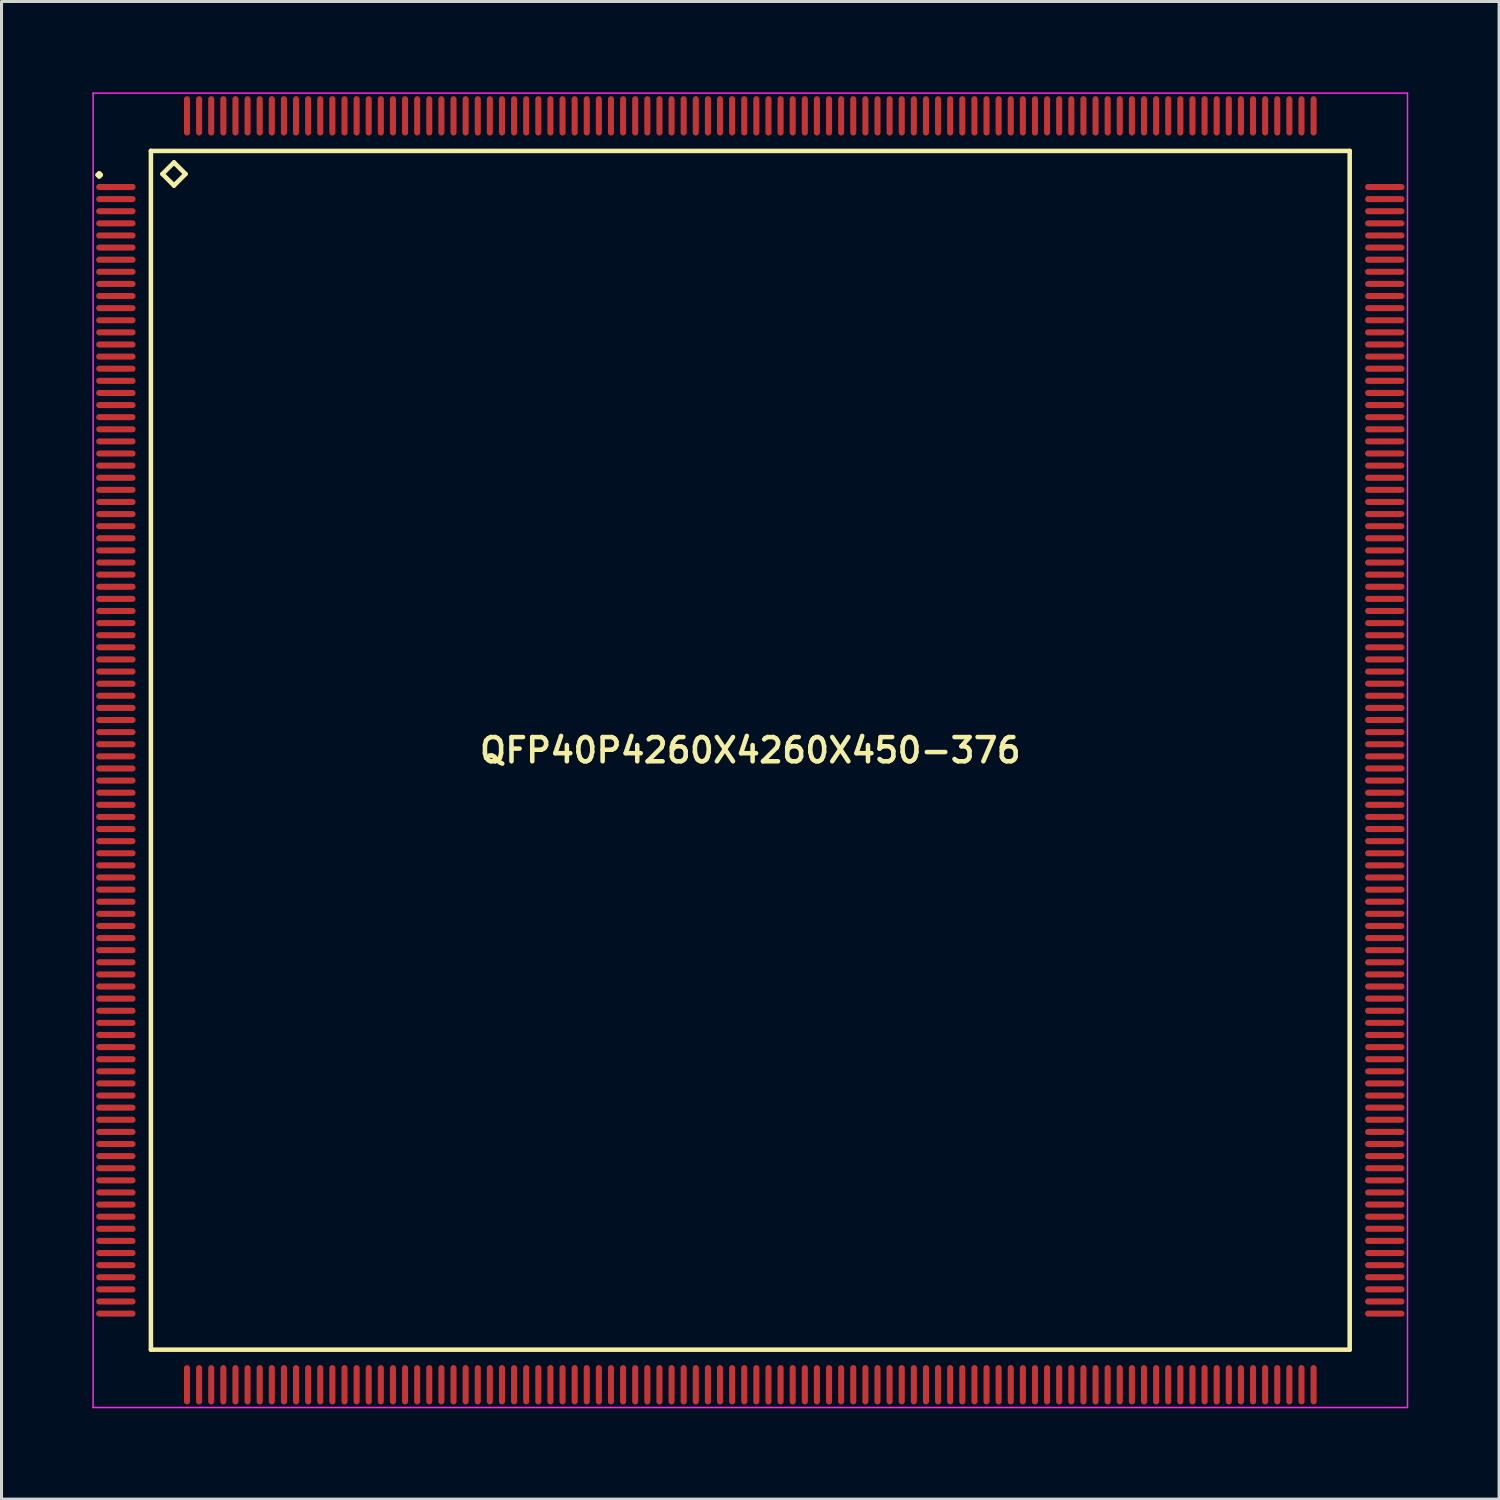
<source format=kicad_pcb>
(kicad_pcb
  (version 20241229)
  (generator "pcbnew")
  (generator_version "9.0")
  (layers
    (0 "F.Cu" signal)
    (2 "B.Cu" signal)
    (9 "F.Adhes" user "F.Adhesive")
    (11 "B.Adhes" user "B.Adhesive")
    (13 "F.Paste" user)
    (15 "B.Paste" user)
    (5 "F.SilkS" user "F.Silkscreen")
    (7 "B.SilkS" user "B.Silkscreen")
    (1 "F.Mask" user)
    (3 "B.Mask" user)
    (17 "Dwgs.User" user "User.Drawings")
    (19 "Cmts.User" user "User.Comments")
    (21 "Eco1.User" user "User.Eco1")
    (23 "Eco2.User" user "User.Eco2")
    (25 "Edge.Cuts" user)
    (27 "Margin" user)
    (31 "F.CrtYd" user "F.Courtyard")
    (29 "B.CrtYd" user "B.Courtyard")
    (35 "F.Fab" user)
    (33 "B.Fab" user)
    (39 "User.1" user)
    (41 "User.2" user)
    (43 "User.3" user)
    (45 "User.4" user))
  (footprint "QFP40P4260X4260X450-376"
    (layer "F.Cu")
    (at 21.725 21.725)
    (property "Reference" "QFP40P4260X4260X450-376" (at 0 0 0) (layer "F.SilkS") (effects (font (size 0.8 0.8) (thickness 0.15))))
    (attr smd)
    (fp_line (start -21.55 -19) (end -21.5 -19.05) (stroke (width 0.15) (type solid)) (layer "F.SilkS"))
    (fp_line (start -21.5 -19.05) (end -21.45 -19) (stroke (width 0.15) (type solid)) (layer "F.SilkS"))
    (fp_line (start -21.5 -18.95) (end -21.55 -19) (stroke (width 0.15) (type solid)) (layer "F.SilkS"))
    (fp_line (start -21.45 -19) (end -21.5 -18.95) (stroke (width 0.15) (type solid)) (layer "F.SilkS"))
    (fp_line (start -19.792 -19.792) (end -19.792 19.792) (stroke (width 0.15) (type solid)) (layer "F.SilkS"))
    (fp_line (start -19.792 19.792) (end 19.792 19.792) (stroke (width 0.15) (type solid)) (layer "F.SilkS"))
    (fp_line (start -19.411 -19.03) (end -19.03 -19.411) (stroke (width 0.15) (type solid)) (layer "F.SilkS"))
    (fp_line (start -19.03 -19.411) (end -18.649 -19.03) (stroke (width 0.15) (type solid)) (layer "F.SilkS"))
    (fp_line (start -19.03 -18.649) (end -19.411 -19.03) (stroke (width 0.15) (type solid)) (layer "F.SilkS"))
    (fp_line (start -18.649 -19.03) (end -19.03 -18.649) (stroke (width 0.15) (type solid)) (layer "F.SilkS"))
    (fp_line (start 19.792 -19.792) (end -19.792 -19.792) (stroke (width 0.15) (type solid)) (layer "F.SilkS"))
    (fp_line (start 19.792 19.792) (end 19.792 -19.792) (stroke (width 0.15) (type solid)) (layer "F.SilkS"))
    (fp_line (start -21.7 -21.7) (end 21.7 -21.7) (stroke (width 0.05) (type solid)) (layer "F.CrtYd"))
    (fp_line (start -21.7 21.7) (end -21.7 -21.7) (stroke (width 0.05) (type solid)) (layer "F.CrtYd"))
    (fp_line (start 21.7 -21.7) (end 21.7 21.7) (stroke (width 0.05) (type solid)) (layer "F.CrtYd"))
    (fp_line (start 21.7 21.7) (end -21.7 21.7) (stroke (width 0.05) (type solid)) (layer "F.CrtYd"))
    (pad "1" smd oval (at -20.95 -18.6) (size 1.3 0.2) (layers "F.Cu" "F.Mask" "F.Paste"))
    (pad "2" smd oval (at -20.95 -18.2) (size 1.3 0.2) (layers "F.Cu" "F.Mask" "F.Paste"))
    (pad "3" smd oval (at -20.95 -17.8) (size 1.3 0.2) (layers "F.Cu" "F.Mask" "F.Paste"))
    (pad "4" smd oval (at -20.95 -17.4) (size 1.3 0.2) (layers "F.Cu" "F.Mask" "F.Paste"))
    (pad "5" smd oval (at -20.95 -17) (size 1.3 0.2) (layers "F.Cu" "F.Mask" "F.Paste"))
    (pad "6" smd oval (at -20.95 -16.6) (size 1.3 0.2) (layers "F.Cu" "F.Mask" "F.Paste"))
    (pad "7" smd oval (at -20.95 -16.2) (size 1.3 0.2) (layers "F.Cu" "F.Mask" "F.Paste"))
    (pad "8" smd oval (at -20.95 -15.8) (size 1.3 0.2) (layers "F.Cu" "F.Mask" "F.Paste"))
    (pad "9" smd oval (at -20.95 -15.4) (size 1.3 0.2) (layers "F.Cu" "F.Mask" "F.Paste"))
    (pad "10" smd oval (at -20.95 -15) (size 1.3 0.2) (layers "F.Cu" "F.Mask" "F.Paste"))
    (pad "11" smd oval (at -20.95 -14.6) (size 1.3 0.2) (layers "F.Cu" "F.Mask" "F.Paste"))
    (pad "12" smd oval (at -20.95 -14.2) (size 1.3 0.2) (layers "F.Cu" "F.Mask" "F.Paste"))
    (pad "13" smd oval (at -20.95 -13.8) (size 1.3 0.2) (layers "F.Cu" "F.Mask" "F.Paste"))
    (pad "14" smd oval (at -20.95 -13.4) (size 1.3 0.2) (layers "F.Cu" "F.Mask" "F.Paste"))
    (pad "15" smd oval (at -20.95 -13) (size 1.3 0.2) (layers "F.Cu" "F.Mask" "F.Paste"))
    (pad "16" smd oval (at -20.95 -12.6) (size 1.3 0.2) (layers "F.Cu" "F.Mask" "F.Paste"))
    (pad "17" smd oval (at -20.95 -12.2) (size 1.3 0.2) (layers "F.Cu" "F.Mask" "F.Paste"))
    (pad "18" smd oval (at -20.95 -11.8) (size 1.3 0.2) (layers "F.Cu" "F.Mask" "F.Paste"))
    (pad "19" smd oval (at -20.95 -11.4) (size 1.3 0.2) (layers "F.Cu" "F.Mask" "F.Paste"))
    (pad "20" smd oval (at -20.95 -11) (size 1.3 0.2) (layers "F.Cu" "F.Mask" "F.Paste"))
    (pad "21" smd oval (at -20.95 -10.6) (size 1.3 0.2) (layers "F.Cu" "F.Mask" "F.Paste"))
    (pad "22" smd oval (at -20.95 -10.2) (size 1.3 0.2) (layers "F.Cu" "F.Mask" "F.Paste"))
    (pad "23" smd oval (at -20.95 -9.8) (size 1.3 0.2) (layers "F.Cu" "F.Mask" "F.Paste"))
    (pad "24" smd oval (at -20.95 -9.4) (size 1.3 0.2) (layers "F.Cu" "F.Mask" "F.Paste"))
    (pad "25" smd oval (at -20.95 -9) (size 1.3 0.2) (layers "F.Cu" "F.Mask" "F.Paste"))
    (pad "26" smd oval (at -20.95 -8.6) (size 1.3 0.2) (layers "F.Cu" "F.Mask" "F.Paste"))
    (pad "27" smd oval (at -20.95 -8.2) (size 1.3 0.2) (layers "F.Cu" "F.Mask" "F.Paste"))
    (pad "28" smd oval (at -20.95 -7.8) (size 1.3 0.2) (layers "F.Cu" "F.Mask" "F.Paste"))
    (pad "29" smd oval (at -20.95 -7.4) (size 1.3 0.2) (layers "F.Cu" "F.Mask" "F.Paste"))
    (pad "30" smd oval (at -20.95 -7) (size 1.3 0.2) (layers "F.Cu" "F.Mask" "F.Paste"))
    (pad "31" smd oval (at -20.95 -6.6) (size 1.3 0.2) (layers "F.Cu" "F.Mask" "F.Paste"))
    (pad "32" smd oval (at -20.95 -6.2) (size 1.3 0.2) (layers "F.Cu" "F.Mask" "F.Paste"))
    (pad "33" smd oval (at -20.95 -5.8) (size 1.3 0.2) (layers "F.Cu" "F.Mask" "F.Paste"))
    (pad "34" smd oval (at -20.95 -5.4) (size 1.3 0.2) (layers "F.Cu" "F.Mask" "F.Paste"))
    (pad "35" smd oval (at -20.95 -5) (size 1.3 0.2) (layers "F.Cu" "F.Mask" "F.Paste"))
    (pad "36" smd oval (at -20.95 -4.6) (size 1.3 0.2) (layers "F.Cu" "F.Mask" "F.Paste"))
    (pad "37" smd oval (at -20.95 -4.2) (size 1.3 0.2) (layers "F.Cu" "F.Mask" "F.Paste"))
    (pad "38" smd oval (at -20.95 -3.8) (size 1.3 0.2) (layers "F.Cu" "F.Mask" "F.Paste"))
    (pad "39" smd oval (at -20.95 -3.4) (size 1.3 0.2) (layers "F.Cu" "F.Mask" "F.Paste"))
    (pad "40" smd oval (at -20.95 -3) (size 1.3 0.2) (layers "F.Cu" "F.Mask" "F.Paste"))
    (pad "41" smd oval (at -20.95 -2.6) (size 1.3 0.2) (layers "F.Cu" "F.Mask" "F.Paste"))
    (pad "42" smd oval (at -20.95 -2.2) (size 1.3 0.2) (layers "F.Cu" "F.Mask" "F.Paste"))
    (pad "43" smd oval (at -20.95 -1.8) (size 1.3 0.2) (layers "F.Cu" "F.Mask" "F.Paste"))
    (pad "44" smd oval (at -20.95 -1.4) (size 1.3 0.2) (layers "F.Cu" "F.Mask" "F.Paste"))
    (pad "45" smd oval (at -20.95 -1) (size 1.3 0.2) (layers "F.Cu" "F.Mask" "F.Paste"))
    (pad "46" smd oval (at -20.95 -0.6) (size 1.3 0.2) (layers "F.Cu" "F.Mask" "F.Paste"))
    (pad "47" smd oval (at -20.95 -0.2) (size 1.3 0.2) (layers "F.Cu" "F.Mask" "F.Paste"))
    (pad "48" smd oval (at -20.95 0.2) (size 1.3 0.2) (layers "F.Cu" "F.Mask" "F.Paste"))
    (pad "49" smd oval (at -20.95 0.6) (size 1.3 0.2) (layers "F.Cu" "F.Mask" "F.Paste"))
    (pad "50" smd oval (at -20.95 1) (size 1.3 0.2) (layers "F.Cu" "F.Mask" "F.Paste"))
    (pad "51" smd oval (at -20.95 1.4) (size 1.3 0.2) (layers "F.Cu" "F.Mask" "F.Paste"))
    (pad "52" smd oval (at -20.95 1.8) (size 1.3 0.2) (layers "F.Cu" "F.Mask" "F.Paste"))
    (pad "53" smd oval (at -20.95 2.2) (size 1.3 0.2) (layers "F.Cu" "F.Mask" "F.Paste"))
    (pad "54" smd oval (at -20.95 2.6) (size 1.3 0.2) (layers "F.Cu" "F.Mask" "F.Paste"))
    (pad "55" smd oval (at -20.95 3) (size 1.3 0.2) (layers "F.Cu" "F.Mask" "F.Paste"))
    (pad "56" smd oval (at -20.95 3.4) (size 1.3 0.2) (layers "F.Cu" "F.Mask" "F.Paste"))
    (pad "57" smd oval (at -20.95 3.8) (size 1.3 0.2) (layers "F.Cu" "F.Mask" "F.Paste"))
    (pad "58" smd oval (at -20.95 4.2) (size 1.3 0.2) (layers "F.Cu" "F.Mask" "F.Paste"))
    (pad "59" smd oval (at -20.95 4.6) (size 1.3 0.2) (layers "F.Cu" "F.Mask" "F.Paste"))
    (pad "60" smd oval (at -20.95 5) (size 1.3 0.2) (layers "F.Cu" "F.Mask" "F.Paste"))
    (pad "61" smd oval (at -20.95 5.4) (size 1.3 0.2) (layers "F.Cu" "F.Mask" "F.Paste"))
    (pad "62" smd oval (at -20.95 5.8) (size 1.3 0.2) (layers "F.Cu" "F.Mask" "F.Paste"))
    (pad "63" smd oval (at -20.95 6.2) (size 1.3 0.2) (layers "F.Cu" "F.Mask" "F.Paste"))
    (pad "64" smd oval (at -20.95 6.6) (size 1.3 0.2) (layers "F.Cu" "F.Mask" "F.Paste"))
    (pad "65" smd oval (at -20.95 7) (size 1.3 0.2) (layers "F.Cu" "F.Mask" "F.Paste"))
    (pad "66" smd oval (at -20.95 7.4) (size 1.3 0.2) (layers "F.Cu" "F.Mask" "F.Paste"))
    (pad "67" smd oval (at -20.95 7.8) (size 1.3 0.2) (layers "F.Cu" "F.Mask" "F.Paste"))
    (pad "68" smd oval (at -20.95 8.2) (size 1.3 0.2) (layers "F.Cu" "F.Mask" "F.Paste"))
    (pad "69" smd oval (at -20.95 8.6) (size 1.3 0.2) (layers "F.Cu" "F.Mask" "F.Paste"))
    (pad "70" smd oval (at -20.95 9) (size 1.3 0.2) (layers "F.Cu" "F.Mask" "F.Paste"))
    (pad "71" smd oval (at -20.95 9.4) (size 1.3 0.2) (layers "F.Cu" "F.Mask" "F.Paste"))
    (pad "72" smd oval (at -20.95 9.8) (size 1.3 0.2) (layers "F.Cu" "F.Mask" "F.Paste"))
    (pad "73" smd oval (at -20.95 10.2) (size 1.3 0.2) (layers "F.Cu" "F.Mask" "F.Paste"))
    (pad "74" smd oval (at -20.95 10.6) (size 1.3 0.2) (layers "F.Cu" "F.Mask" "F.Paste"))
    (pad "75" smd oval (at -20.95 11) (size 1.3 0.2) (layers "F.Cu" "F.Mask" "F.Paste"))
    (pad "76" smd oval (at -20.95 11.4) (size 1.3 0.2) (layers "F.Cu" "F.Mask" "F.Paste"))
    (pad "77" smd oval (at -20.95 11.8) (size 1.3 0.2) (layers "F.Cu" "F.Mask" "F.Paste"))
    (pad "78" smd oval (at -20.95 12.2) (size 1.3 0.2) (layers "F.Cu" "F.Mask" "F.Paste"))
    (pad "79" smd oval (at -20.95 12.6) (size 1.3 0.2) (layers "F.Cu" "F.Mask" "F.Paste"))
    (pad "80" smd oval (at -20.95 13) (size 1.3 0.2) (layers "F.Cu" "F.Mask" "F.Paste"))
    (pad "81" smd oval (at -20.95 13.4) (size 1.3 0.2) (layers "F.Cu" "F.Mask" "F.Paste"))
    (pad "82" smd oval (at -20.95 13.8) (size 1.3 0.2) (layers "F.Cu" "F.Mask" "F.Paste"))
    (pad "83" smd oval (at -20.95 14.2) (size 1.3 0.2) (layers "F.Cu" "F.Mask" "F.Paste"))
    (pad "84" smd oval (at -20.95 14.6) (size 1.3 0.2) (layers "F.Cu" "F.Mask" "F.Paste"))
    (pad "85" smd oval (at -20.95 15) (size 1.3 0.2) (layers "F.Cu" "F.Mask" "F.Paste"))
    (pad "86" smd oval (at -20.95 15.4) (size 1.3 0.2) (layers "F.Cu" "F.Mask" "F.Paste"))
    (pad "87" smd oval (at -20.95 15.8) (size 1.3 0.2) (layers "F.Cu" "F.Mask" "F.Paste"))
    (pad "88" smd oval (at -20.95 16.2) (size 1.3 0.2) (layers "F.Cu" "F.Mask" "F.Paste"))
    (pad "89" smd oval (at -20.95 16.6) (size 1.3 0.2) (layers "F.Cu" "F.Mask" "F.Paste"))
    (pad "90" smd oval (at -20.95 17) (size 1.3 0.2) (layers "F.Cu" "F.Mask" "F.Paste"))
    (pad "91" smd oval (at -20.95 17.4) (size 1.3 0.2) (layers "F.Cu" "F.Mask" "F.Paste"))
    (pad "92" smd oval (at -20.95 17.8) (size 1.3 0.2) (layers "F.Cu" "F.Mask" "F.Paste"))
    (pad "93" smd oval (at -20.95 18.2) (size 1.3 0.2) (layers "F.Cu" "F.Mask" "F.Paste"))
    (pad "94" smd oval (at -20.95 18.6) (size 1.3 0.2) (layers "F.Cu" "F.Mask" "F.Paste"))
    (pad "95" smd oval (at -18.6 20.95) (size 0.2 1.3) (layers "F.Cu" "F.Mask" "F.Paste"))
    (pad "96" smd oval (at -18.2 20.95) (size 0.2 1.3) (layers "F.Cu" "F.Mask" "F.Paste"))
    (pad "97" smd oval (at -17.8 20.95) (size 0.2 1.3) (layers "F.Cu" "F.Mask" "F.Paste"))
    (pad "98" smd oval (at -17.4 20.95) (size 0.2 1.3) (layers "F.Cu" "F.Mask" "F.Paste"))
    (pad "99" smd oval (at -17 20.95) (size 0.2 1.3) (layers "F.Cu" "F.Mask" "F.Paste"))
    (pad "100" smd oval (at -16.6 20.95) (size 0.2 1.3) (layers "F.Cu" "F.Mask" "F.Paste"))
    (pad "101" smd oval (at -16.2 20.95) (size 0.2 1.3) (layers "F.Cu" "F.Mask" "F.Paste"))
    (pad "102" smd oval (at -15.8 20.95) (size 0.2 1.3) (layers "F.Cu" "F.Mask" "F.Paste"))
    (pad "103" smd oval (at -15.4 20.95) (size 0.2 1.3) (layers "F.Cu" "F.Mask" "F.Paste"))
    (pad "104" smd oval (at -15 20.95) (size 0.2 1.3) (layers "F.Cu" "F.Mask" "F.Paste"))
    (pad "105" smd oval (at -14.6 20.95) (size 0.2 1.3) (layers "F.Cu" "F.Mask" "F.Paste"))
    (pad "106" smd oval (at -14.2 20.95) (size 0.2 1.3) (layers "F.Cu" "F.Mask" "F.Paste"))
    (pad "107" smd oval (at -13.8 20.95) (size 0.2 1.3) (layers "F.Cu" "F.Mask" "F.Paste"))
    (pad "108" smd oval (at -13.4 20.95) (size 0.2 1.3) (layers "F.Cu" "F.Mask" "F.Paste"))
    (pad "109" smd oval (at -13 20.95) (size 0.2 1.3) (layers "F.Cu" "F.Mask" "F.Paste"))
    (pad "110" smd oval (at -12.6 20.95) (size 0.2 1.3) (layers "F.Cu" "F.Mask" "F.Paste"))
    (pad "111" smd oval (at -12.2 20.95) (size 0.2 1.3) (layers "F.Cu" "F.Mask" "F.Paste"))
    (pad "112" smd oval (at -11.8 20.95) (size 0.2 1.3) (layers "F.Cu" "F.Mask" "F.Paste"))
    (pad "113" smd oval (at -11.4 20.95) (size 0.2 1.3) (layers "F.Cu" "F.Mask" "F.Paste"))
    (pad "114" smd oval (at -11 20.95) (size 0.2 1.3) (layers "F.Cu" "F.Mask" "F.Paste"))
    (pad "115" smd oval (at -10.6 20.95) (size 0.2 1.3) (layers "F.Cu" "F.Mask" "F.Paste"))
    (pad "116" smd oval (at -10.2 20.95) (size 0.2 1.3) (layers "F.Cu" "F.Mask" "F.Paste"))
    (pad "117" smd oval (at -9.8 20.95) (size 0.2 1.3) (layers "F.Cu" "F.Mask" "F.Paste"))
    (pad "118" smd oval (at -9.4 20.95) (size 0.2 1.3) (layers "F.Cu" "F.Mask" "F.Paste"))
    (pad "119" smd oval (at -9 20.95) (size 0.2 1.3) (layers "F.Cu" "F.Mask" "F.Paste"))
    (pad "120" smd oval (at -8.6 20.95) (size 0.2 1.3) (layers "F.Cu" "F.Mask" "F.Paste"))
    (pad "121" smd oval (at -8.2 20.95) (size 0.2 1.3) (layers "F.Cu" "F.Mask" "F.Paste"))
    (pad "122" smd oval (at -7.8 20.95) (size 0.2 1.3) (layers "F.Cu" "F.Mask" "F.Paste"))
    (pad "123" smd oval (at -7.4 20.95) (size 0.2 1.3) (layers "F.Cu" "F.Mask" "F.Paste"))
    (pad "124" smd oval (at -7 20.95) (size 0.2 1.3) (layers "F.Cu" "F.Mask" "F.Paste"))
    (pad "125" smd oval (at -6.6 20.95) (size 0.2 1.3) (layers "F.Cu" "F.Mask" "F.Paste"))
    (pad "126" smd oval (at -6.2 20.95) (size 0.2 1.3) (layers "F.Cu" "F.Mask" "F.Paste"))
    (pad "127" smd oval (at -5.8 20.95) (size 0.2 1.3) (layers "F.Cu" "F.Mask" "F.Paste"))
    (pad "128" smd oval (at -5.4 20.95) (size 0.2 1.3) (layers "F.Cu" "F.Mask" "F.Paste"))
    (pad "129" smd oval (at -5 20.95) (size 0.2 1.3) (layers "F.Cu" "F.Mask" "F.Paste"))
    (pad "130" smd oval (at -4.6 20.95) (size 0.2 1.3) (layers "F.Cu" "F.Mask" "F.Paste"))
    (pad "131" smd oval (at -4.2 20.95) (size 0.2 1.3) (layers "F.Cu" "F.Mask" "F.Paste"))
    (pad "132" smd oval (at -3.8 20.95) (size 0.2 1.3) (layers "F.Cu" "F.Mask" "F.Paste"))
    (pad "133" smd oval (at -3.4 20.95) (size 0.2 1.3) (layers "F.Cu" "F.Mask" "F.Paste"))
    (pad "134" smd oval (at -3 20.95) (size 0.2 1.3) (layers "F.Cu" "F.Mask" "F.Paste"))
    (pad "135" smd oval (at -2.6 20.95) (size 0.2 1.3) (layers "F.Cu" "F.Mask" "F.Paste"))
    (pad "136" smd oval (at -2.2 20.95) (size 0.2 1.3) (layers "F.Cu" "F.Mask" "F.Paste"))
    (pad "137" smd oval (at -1.8 20.95) (size 0.2 1.3) (layers "F.Cu" "F.Mask" "F.Paste"))
    (pad "138" smd oval (at -1.4 20.95) (size 0.2 1.3) (layers "F.Cu" "F.Mask" "F.Paste"))
    (pad "139" smd oval (at -1 20.95) (size 0.2 1.3) (layers "F.Cu" "F.Mask" "F.Paste"))
    (pad "140" smd oval (at -0.6 20.95) (size 0.2 1.3) (layers "F.Cu" "F.Mask" "F.Paste"))
    (pad "141" smd oval (at -0.2 20.95) (size 0.2 1.3) (layers "F.Cu" "F.Mask" "F.Paste"))
    (pad "142" smd oval (at 0.2 20.95) (size 0.2 1.3) (layers "F.Cu" "F.Mask" "F.Paste"))
    (pad "143" smd oval (at 0.6 20.95) (size 0.2 1.3) (layers "F.Cu" "F.Mask" "F.Paste"))
    (pad "144" smd oval (at 1 20.95) (size 0.2 1.3) (layers "F.Cu" "F.Mask" "F.Paste"))
    (pad "145" smd oval (at 1.4 20.95) (size 0.2 1.3) (layers "F.Cu" "F.Mask" "F.Paste"))
    (pad "146" smd oval (at 1.8 20.95) (size 0.2 1.3) (layers "F.Cu" "F.Mask" "F.Paste"))
    (pad "147" smd oval (at 2.2 20.95) (size 0.2 1.3) (layers "F.Cu" "F.Mask" "F.Paste"))
    (pad "148" smd oval (at 2.6 20.95) (size 0.2 1.3) (layers "F.Cu" "F.Mask" "F.Paste"))
    (pad "149" smd oval (at 3 20.95) (size 0.2 1.3) (layers "F.Cu" "F.Mask" "F.Paste"))
    (pad "150" smd oval (at 3.4 20.95) (size 0.2 1.3) (layers "F.Cu" "F.Mask" "F.Paste"))
    (pad "151" smd oval (at 3.8 20.95) (size 0.2 1.3) (layers "F.Cu" "F.Mask" "F.Paste"))
    (pad "152" smd oval (at 4.2 20.95) (size 0.2 1.3) (layers "F.Cu" "F.Mask" "F.Paste"))
    (pad "153" smd oval (at 4.6 20.95) (size 0.2 1.3) (layers "F.Cu" "F.Mask" "F.Paste"))
    (pad "154" smd oval (at 5 20.95) (size 0.2 1.3) (layers "F.Cu" "F.Mask" "F.Paste"))
    (pad "155" smd oval (at 5.4 20.95) (size 0.2 1.3) (layers "F.Cu" "F.Mask" "F.Paste"))
    (pad "156" smd oval (at 5.8 20.95) (size 0.2 1.3) (layers "F.Cu" "F.Mask" "F.Paste"))
    (pad "157" smd oval (at 6.2 20.95) (size 0.2 1.3) (layers "F.Cu" "F.Mask" "F.Paste"))
    (pad "158" smd oval (at 6.6 20.95) (size 0.2 1.3) (layers "F.Cu" "F.Mask" "F.Paste"))
    (pad "159" smd oval (at 7 20.95) (size 0.2 1.3) (layers "F.Cu" "F.Mask" "F.Paste"))
    (pad "160" smd oval (at 7.4 20.95) (size 0.2 1.3) (layers "F.Cu" "F.Mask" "F.Paste"))
    (pad "161" smd oval (at 7.8 20.95) (size 0.2 1.3) (layers "F.Cu" "F.Mask" "F.Paste"))
    (pad "162" smd oval (at 8.2 20.95) (size 0.2 1.3) (layers "F.Cu" "F.Mask" "F.Paste"))
    (pad "163" smd oval (at 8.6 20.95) (size 0.2 1.3) (layers "F.Cu" "F.Mask" "F.Paste"))
    (pad "164" smd oval (at 9 20.95) (size 0.2 1.3) (layers "F.Cu" "F.Mask" "F.Paste"))
    (pad "165" smd oval (at 9.4 20.95) (size 0.2 1.3) (layers "F.Cu" "F.Mask" "F.Paste"))
    (pad "166" smd oval (at 9.8 20.95) (size 0.2 1.3) (layers "F.Cu" "F.Mask" "F.Paste"))
    (pad "167" smd oval (at 10.2 20.95) (size 0.2 1.3) (layers "F.Cu" "F.Mask" "F.Paste"))
    (pad "168" smd oval (at 10.6 20.95) (size 0.2 1.3) (layers "F.Cu" "F.Mask" "F.Paste"))
    (pad "169" smd oval (at 11 20.95) (size 0.2 1.3) (layers "F.Cu" "F.Mask" "F.Paste"))
    (pad "170" smd oval (at 11.4 20.95) (size 0.2 1.3) (layers "F.Cu" "F.Mask" "F.Paste"))
    (pad "171" smd oval (at 11.8 20.95) (size 0.2 1.3) (layers "F.Cu" "F.Mask" "F.Paste"))
    (pad "172" smd oval (at 12.2 20.95) (size 0.2 1.3) (layers "F.Cu" "F.Mask" "F.Paste"))
    (pad "173" smd oval (at 12.6 20.95) (size 0.2 1.3) (layers "F.Cu" "F.Mask" "F.Paste"))
    (pad "174" smd oval (at 13 20.95) (size 0.2 1.3) (layers "F.Cu" "F.Mask" "F.Paste"))
    (pad "175" smd oval (at 13.4 20.95) (size 0.2 1.3) (layers "F.Cu" "F.Mask" "F.Paste"))
    (pad "176" smd oval (at 13.8 20.95) (size 0.2 1.3) (layers "F.Cu" "F.Mask" "F.Paste"))
    (pad "177" smd oval (at 14.2 20.95) (size 0.2 1.3) (layers "F.Cu" "F.Mask" "F.Paste"))
    (pad "178" smd oval (at 14.6 20.95) (size 0.2 1.3) (layers "F.Cu" "F.Mask" "F.Paste"))
    (pad "179" smd oval (at 15 20.95) (size 0.2 1.3) (layers "F.Cu" "F.Mask" "F.Paste"))
    (pad "180" smd oval (at 15.4 20.95) (size 0.2 1.3) (layers "F.Cu" "F.Mask" "F.Paste"))
    (pad "181" smd oval (at 15.8 20.95) (size 0.2 1.3) (layers "F.Cu" "F.Mask" "F.Paste"))
    (pad "182" smd oval (at 16.2 20.95) (size 0.2 1.3) (layers "F.Cu" "F.Mask" "F.Paste"))
    (pad "183" smd oval (at 16.6 20.95) (size 0.2 1.3) (layers "F.Cu" "F.Mask" "F.Paste"))
    (pad "184" smd oval (at 17 20.95) (size 0.2 1.3) (layers "F.Cu" "F.Mask" "F.Paste"))
    (pad "185" smd oval (at 17.4 20.95) (size 0.2 1.3) (layers "F.Cu" "F.Mask" "F.Paste"))
    (pad "186" smd oval (at 17.8 20.95) (size 0.2 1.3) (layers "F.Cu" "F.Mask" "F.Paste"))
    (pad "187" smd oval (at 18.2 20.95) (size 0.2 1.3) (layers "F.Cu" "F.Mask" "F.Paste"))
    (pad "188" smd oval (at 18.6 20.95) (size 0.2 1.3) (layers "F.Cu" "F.Mask" "F.Paste"))
    (pad "189" smd oval (at 20.95 18.6) (size 1.3 0.2) (layers "F.Cu" "F.Mask" "F.Paste"))
    (pad "190" smd oval (at 20.95 18.2) (size 1.3 0.2) (layers "F.Cu" "F.Mask" "F.Paste"))
    (pad "191" smd oval (at 20.95 17.8) (size 1.3 0.2) (layers "F.Cu" "F.Mask" "F.Paste"))
    (pad "192" smd oval (at 20.95 17.4) (size 1.3 0.2) (layers "F.Cu" "F.Mask" "F.Paste"))
    (pad "193" smd oval (at 20.95 17) (size 1.3 0.2) (layers "F.Cu" "F.Mask" "F.Paste"))
    (pad "194" smd oval (at 20.95 16.6) (size 1.3 0.2) (layers "F.Cu" "F.Mask" "F.Paste"))
    (pad "195" smd oval (at 20.95 16.2) (size 1.3 0.2) (layers "F.Cu" "F.Mask" "F.Paste"))
    (pad "196" smd oval (at 20.95 15.8) (size 1.3 0.2) (layers "F.Cu" "F.Mask" "F.Paste"))
    (pad "197" smd oval (at 20.95 15.4) (size 1.3 0.2) (layers "F.Cu" "F.Mask" "F.Paste"))
    (pad "198" smd oval (at 20.95 15) (size 1.3 0.2) (layers "F.Cu" "F.Mask" "F.Paste"))
    (pad "199" smd oval (at 20.95 14.6) (size 1.3 0.2) (layers "F.Cu" "F.Mask" "F.Paste"))
    (pad "200" smd oval (at 20.95 14.2) (size 1.3 0.2) (layers "F.Cu" "F.Mask" "F.Paste"))
    (pad "201" smd oval (at 20.95 13.8) (size 1.3 0.2) (layers "F.Cu" "F.Mask" "F.Paste"))
    (pad "202" smd oval (at 20.95 13.4) (size 1.3 0.2) (layers "F.Cu" "F.Mask" "F.Paste"))
    (pad "203" smd oval (at 20.95 13) (size 1.3 0.2) (layers "F.Cu" "F.Mask" "F.Paste"))
    (pad "204" smd oval (at 20.95 12.6) (size 1.3 0.2) (layers "F.Cu" "F.Mask" "F.Paste"))
    (pad "205" smd oval (at 20.95 12.2) (size 1.3 0.2) (layers "F.Cu" "F.Mask" "F.Paste"))
    (pad "206" smd oval (at 20.95 11.8) (size 1.3 0.2) (layers "F.Cu" "F.Mask" "F.Paste"))
    (pad "207" smd oval (at 20.95 11.4) (size 1.3 0.2) (layers "F.Cu" "F.Mask" "F.Paste"))
    (pad "208" smd oval (at 20.95 11) (size 1.3 0.2) (layers "F.Cu" "F.Mask" "F.Paste"))
    (pad "209" smd oval (at 20.95 10.6) (size 1.3 0.2) (layers "F.Cu" "F.Mask" "F.Paste"))
    (pad "210" smd oval (at 20.95 10.2) (size 1.3 0.2) (layers "F.Cu" "F.Mask" "F.Paste"))
    (pad "211" smd oval (at 20.95 9.8) (size 1.3 0.2) (layers "F.Cu" "F.Mask" "F.Paste"))
    (pad "212" smd oval (at 20.95 9.4) (size 1.3 0.2) (layers "F.Cu" "F.Mask" "F.Paste"))
    (pad "213" smd oval (at 20.95 9) (size 1.3 0.2) (layers "F.Cu" "F.Mask" "F.Paste"))
    (pad "214" smd oval (at 20.95 8.6) (size 1.3 0.2) (layers "F.Cu" "F.Mask" "F.Paste"))
    (pad "215" smd oval (at 20.95 8.2) (size 1.3 0.2) (layers "F.Cu" "F.Mask" "F.Paste"))
    (pad "216" smd oval (at 20.95 7.8) (size 1.3 0.2) (layers "F.Cu" "F.Mask" "F.Paste"))
    (pad "217" smd oval (at 20.95 7.4) (size 1.3 0.2) (layers "F.Cu" "F.Mask" "F.Paste"))
    (pad "218" smd oval (at 20.95 7) (size 1.3 0.2) (layers "F.Cu" "F.Mask" "F.Paste"))
    (pad "219" smd oval (at 20.95 6.6) (size 1.3 0.2) (layers "F.Cu" "F.Mask" "F.Paste"))
    (pad "220" smd oval (at 20.95 6.2) (size 1.3 0.2) (layers "F.Cu" "F.Mask" "F.Paste"))
    (pad "221" smd oval (at 20.95 5.8) (size 1.3 0.2) (layers "F.Cu" "F.Mask" "F.Paste"))
    (pad "222" smd oval (at 20.95 5.4) (size 1.3 0.2) (layers "F.Cu" "F.Mask" "F.Paste"))
    (pad "223" smd oval (at 20.95 5) (size 1.3 0.2) (layers "F.Cu" "F.Mask" "F.Paste"))
    (pad "224" smd oval (at 20.95 4.6) (size 1.3 0.2) (layers "F.Cu" "F.Mask" "F.Paste"))
    (pad "225" smd oval (at 20.95 4.2) (size 1.3 0.2) (layers "F.Cu" "F.Mask" "F.Paste"))
    (pad "226" smd oval (at 20.95 3.8) (size 1.3 0.2) (layers "F.Cu" "F.Mask" "F.Paste"))
    (pad "227" smd oval (at 20.95 3.4) (size 1.3 0.2) (layers "F.Cu" "F.Mask" "F.Paste"))
    (pad "228" smd oval (at 20.95 3) (size 1.3 0.2) (layers "F.Cu" "F.Mask" "F.Paste"))
    (pad "229" smd oval (at 20.95 2.6) (size 1.3 0.2) (layers "F.Cu" "F.Mask" "F.Paste"))
    (pad "230" smd oval (at 20.95 2.2) (size 1.3 0.2) (layers "F.Cu" "F.Mask" "F.Paste"))
    (pad "231" smd oval (at 20.95 1.8) (size 1.3 0.2) (layers "F.Cu" "F.Mask" "F.Paste"))
    (pad "232" smd oval (at 20.95 1.4) (size 1.3 0.2) (layers "F.Cu" "F.Mask" "F.Paste"))
    (pad "233" smd oval (at 20.95 1) (size 1.3 0.2) (layers "F.Cu" "F.Mask" "F.Paste"))
    (pad "234" smd oval (at 20.95 0.6) (size 1.3 0.2) (layers "F.Cu" "F.Mask" "F.Paste"))
    (pad "235" smd oval (at 20.95 0.2) (size 1.3 0.2) (layers "F.Cu" "F.Mask" "F.Paste"))
    (pad "236" smd oval (at 20.95 -0.2) (size 1.3 0.2) (layers "F.Cu" "F.Mask" "F.Paste"))
    (pad "237" smd oval (at 20.95 -0.6) (size 1.3 0.2) (layers "F.Cu" "F.Mask" "F.Paste"))
    (pad "238" smd oval (at 20.95 -1) (size 1.3 0.2) (layers "F.Cu" "F.Mask" "F.Paste"))
    (pad "239" smd oval (at 20.95 -1.4) (size 1.3 0.2) (layers "F.Cu" "F.Mask" "F.Paste"))
    (pad "240" smd oval (at 20.95 -1.8) (size 1.3 0.2) (layers "F.Cu" "F.Mask" "F.Paste"))
    (pad "241" smd oval (at 20.95 -2.2) (size 1.3 0.2) (layers "F.Cu" "F.Mask" "F.Paste"))
    (pad "242" smd oval (at 20.95 -2.6) (size 1.3 0.2) (layers "F.Cu" "F.Mask" "F.Paste"))
    (pad "243" smd oval (at 20.95 -3) (size 1.3 0.2) (layers "F.Cu" "F.Mask" "F.Paste"))
    (pad "244" smd oval (at 20.95 -3.4) (size 1.3 0.2) (layers "F.Cu" "F.Mask" "F.Paste"))
    (pad "245" smd oval (at 20.95 -3.8) (size 1.3 0.2) (layers "F.Cu" "F.Mask" "F.Paste"))
    (pad "246" smd oval (at 20.95 -4.2) (size 1.3 0.2) (layers "F.Cu" "F.Mask" "F.Paste"))
    (pad "247" smd oval (at 20.95 -4.6) (size 1.3 0.2) (layers "F.Cu" "F.Mask" "F.Paste"))
    (pad "248" smd oval (at 20.95 -5) (size 1.3 0.2) (layers "F.Cu" "F.Mask" "F.Paste"))
    (pad "249" smd oval (at 20.95 -5.4) (size 1.3 0.2) (layers "F.Cu" "F.Mask" "F.Paste"))
    (pad "250" smd oval (at 20.95 -5.8) (size 1.3 0.2) (layers "F.Cu" "F.Mask" "F.Paste"))
    (pad "251" smd oval (at 20.95 -6.2) (size 1.3 0.2) (layers "F.Cu" "F.Mask" "F.Paste"))
    (pad "252" smd oval (at 20.95 -6.6) (size 1.3 0.2) (layers "F.Cu" "F.Mask" "F.Paste"))
    (pad "253" smd oval (at 20.95 -7) (size 1.3 0.2) (layers "F.Cu" "F.Mask" "F.Paste"))
    (pad "254" smd oval (at 20.95 -7.4) (size 1.3 0.2) (layers "F.Cu" "F.Mask" "F.Paste"))
    (pad "255" smd oval (at 20.95 -7.8) (size 1.3 0.2) (layers "F.Cu" "F.Mask" "F.Paste"))
    (pad "256" smd oval (at 20.95 -8.2) (size 1.3 0.2) (layers "F.Cu" "F.Mask" "F.Paste"))
    (pad "257" smd oval (at 20.95 -8.6) (size 1.3 0.2) (layers "F.Cu" "F.Mask" "F.Paste"))
    (pad "258" smd oval (at 20.95 -9) (size 1.3 0.2) (layers "F.Cu" "F.Mask" "F.Paste"))
    (pad "259" smd oval (at 20.95 -9.4) (size 1.3 0.2) (layers "F.Cu" "F.Mask" "F.Paste"))
    (pad "260" smd oval (at 20.95 -9.8) (size 1.3 0.2) (layers "F.Cu" "F.Mask" "F.Paste"))
    (pad "261" smd oval (at 20.95 -10.2) (size 1.3 0.2) (layers "F.Cu" "F.Mask" "F.Paste"))
    (pad "262" smd oval (at 20.95 -10.6) (size 1.3 0.2) (layers "F.Cu" "F.Mask" "F.Paste"))
    (pad "263" smd oval (at 20.95 -11) (size 1.3 0.2) (layers "F.Cu" "F.Mask" "F.Paste"))
    (pad "264" smd oval (at 20.95 -11.4) (size 1.3 0.2) (layers "F.Cu" "F.Mask" "F.Paste"))
    (pad "265" smd oval (at 20.95 -11.8) (size 1.3 0.2) (layers "F.Cu" "F.Mask" "F.Paste"))
    (pad "266" smd oval (at 20.95 -12.2) (size 1.3 0.2) (layers "F.Cu" "F.Mask" "F.Paste"))
    (pad "267" smd oval (at 20.95 -12.6) (size 1.3 0.2) (layers "F.Cu" "F.Mask" "F.Paste"))
    (pad "268" smd oval (at 20.95 -13) (size 1.3 0.2) (layers "F.Cu" "F.Mask" "F.Paste"))
    (pad "269" smd oval (at 20.95 -13.4) (size 1.3 0.2) (layers "F.Cu" "F.Mask" "F.Paste"))
    (pad "270" smd oval (at 20.95 -13.8) (size 1.3 0.2) (layers "F.Cu" "F.Mask" "F.Paste"))
    (pad "271" smd oval (at 20.95 -14.2) (size 1.3 0.2) (layers "F.Cu" "F.Mask" "F.Paste"))
    (pad "272" smd oval (at 20.95 -14.6) (size 1.3 0.2) (layers "F.Cu" "F.Mask" "F.Paste"))
    (pad "273" smd oval (at 20.95 -15) (size 1.3 0.2) (layers "F.Cu" "F.Mask" "F.Paste"))
    (pad "274" smd oval (at 20.95 -15.4) (size 1.3 0.2) (layers "F.Cu" "F.Mask" "F.Paste"))
    (pad "275" smd oval (at 20.95 -15.8) (size 1.3 0.2) (layers "F.Cu" "F.Mask" "F.Paste"))
    (pad "276" smd oval (at 20.95 -16.2) (size 1.3 0.2) (layers "F.Cu" "F.Mask" "F.Paste"))
    (pad "277" smd oval (at 20.95 -16.6) (size 1.3 0.2) (layers "F.Cu" "F.Mask" "F.Paste"))
    (pad "278" smd oval (at 20.95 -17) (size 1.3 0.2) (layers "F.Cu" "F.Mask" "F.Paste"))
    (pad "279" smd oval (at 20.95 -17.4) (size 1.3 0.2) (layers "F.Cu" "F.Mask" "F.Paste"))
    (pad "280" smd oval (at 20.95 -17.8) (size 1.3 0.2) (layers "F.Cu" "F.Mask" "F.Paste"))
    (pad "281" smd oval (at 20.95 -18.2) (size 1.3 0.2) (layers "F.Cu" "F.Mask" "F.Paste"))
    (pad "282" smd oval (at 20.95 -18.6) (size 1.3 0.2) (layers "F.Cu" "F.Mask" "F.Paste"))
    (pad "283" smd oval (at 18.6 -20.95) (size 0.2 1.3) (layers "F.Cu" "F.Mask" "F.Paste"))
    (pad "284" smd oval (at 18.2 -20.95) (size 0.2 1.3) (layers "F.Cu" "F.Mask" "F.Paste"))
    (pad "285" smd oval (at 17.8 -20.95) (size 0.2 1.3) (layers "F.Cu" "F.Mask" "F.Paste"))
    (pad "286" smd oval (at 17.4 -20.95) (size 0.2 1.3) (layers "F.Cu" "F.Mask" "F.Paste"))
    (pad "287" smd oval (at 17 -20.95) (size 0.2 1.3) (layers "F.Cu" "F.Mask" "F.Paste"))
    (pad "288" smd oval (at 16.6 -20.95) (size 0.2 1.3) (layers "F.Cu" "F.Mask" "F.Paste"))
    (pad "289" smd oval (at 16.2 -20.95) (size 0.2 1.3) (layers "F.Cu" "F.Mask" "F.Paste"))
    (pad "290" smd oval (at 15.8 -20.95) (size 0.2 1.3) (layers "F.Cu" "F.Mask" "F.Paste"))
    (pad "291" smd oval (at 15.4 -20.95) (size 0.2 1.3) (layers "F.Cu" "F.Mask" "F.Paste"))
    (pad "292" smd oval (at 15 -20.95) (size 0.2 1.3) (layers "F.Cu" "F.Mask" "F.Paste"))
    (pad "293" smd oval (at 14.6 -20.95) (size 0.2 1.3) (layers "F.Cu" "F.Mask" "F.Paste"))
    (pad "294" smd oval (at 14.2 -20.95) (size 0.2 1.3) (layers "F.Cu" "F.Mask" "F.Paste"))
    (pad "295" smd oval (at 13.8 -20.95) (size 0.2 1.3) (layers "F.Cu" "F.Mask" "F.Paste"))
    (pad "296" smd oval (at 13.4 -20.95) (size 0.2 1.3) (layers "F.Cu" "F.Mask" "F.Paste"))
    (pad "297" smd oval (at 13 -20.95) (size 0.2 1.3) (layers "F.Cu" "F.Mask" "F.Paste"))
    (pad "298" smd oval (at 12.6 -20.95) (size 0.2 1.3) (layers "F.Cu" "F.Mask" "F.Paste"))
    (pad "299" smd oval (at 12.2 -20.95) (size 0.2 1.3) (layers "F.Cu" "F.Mask" "F.Paste"))
    (pad "300" smd oval (at 11.8 -20.95) (size 0.2 1.3) (layers "F.Cu" "F.Mask" "F.Paste"))
    (pad "301" smd oval (at 11.4 -20.95) (size 0.2 1.3) (layers "F.Cu" "F.Mask" "F.Paste"))
    (pad "302" smd oval (at 11 -20.95) (size 0.2 1.3) (layers "F.Cu" "F.Mask" "F.Paste"))
    (pad "303" smd oval (at 10.6 -20.95) (size 0.2 1.3) (layers "F.Cu" "F.Mask" "F.Paste"))
    (pad "304" smd oval (at 10.2 -20.95) (size 0.2 1.3) (layers "F.Cu" "F.Mask" "F.Paste"))
    (pad "305" smd oval (at 9.8 -20.95) (size 0.2 1.3) (layers "F.Cu" "F.Mask" "F.Paste"))
    (pad "306" smd oval (at 9.4 -20.95) (size 0.2 1.3) (layers "F.Cu" "F.Mask" "F.Paste"))
    (pad "307" smd oval (at 9 -20.95) (size 0.2 1.3) (layers "F.Cu" "F.Mask" "F.Paste"))
    (pad "308" smd oval (at 8.6 -20.95) (size 0.2 1.3) (layers "F.Cu" "F.Mask" "F.Paste"))
    (pad "309" smd oval (at 8.2 -20.95) (size 0.2 1.3) (layers "F.Cu" "F.Mask" "F.Paste"))
    (pad "310" smd oval (at 7.8 -20.95) (size 0.2 1.3) (layers "F.Cu" "F.Mask" "F.Paste"))
    (pad "311" smd oval (at 7.4 -20.95) (size 0.2 1.3) (layers "F.Cu" "F.Mask" "F.Paste"))
    (pad "312" smd oval (at 7 -20.95) (size 0.2 1.3) (layers "F.Cu" "F.Mask" "F.Paste"))
    (pad "313" smd oval (at 6.6 -20.95) (size 0.2 1.3) (layers "F.Cu" "F.Mask" "F.Paste"))
    (pad "314" smd oval (at 6.2 -20.95) (size 0.2 1.3) (layers "F.Cu" "F.Mask" "F.Paste"))
    (pad "315" smd oval (at 5.8 -20.95) (size 0.2 1.3) (layers "F.Cu" "F.Mask" "F.Paste"))
    (pad "316" smd oval (at 5.4 -20.95) (size 0.2 1.3) (layers "F.Cu" "F.Mask" "F.Paste"))
    (pad "317" smd oval (at 5 -20.95) (size 0.2 1.3) (layers "F.Cu" "F.Mask" "F.Paste"))
    (pad "318" smd oval (at 4.6 -20.95) (size 0.2 1.3) (layers "F.Cu" "F.Mask" "F.Paste"))
    (pad "319" smd oval (at 4.2 -20.95) (size 0.2 1.3) (layers "F.Cu" "F.Mask" "F.Paste"))
    (pad "320" smd oval (at 3.8 -20.95) (size 0.2 1.3) (layers "F.Cu" "F.Mask" "F.Paste"))
    (pad "321" smd oval (at 3.4 -20.95) (size 0.2 1.3) (layers "F.Cu" "F.Mask" "F.Paste"))
    (pad "322" smd oval (at 3 -20.95) (size 0.2 1.3) (layers "F.Cu" "F.Mask" "F.Paste"))
    (pad "323" smd oval (at 2.6 -20.95) (size 0.2 1.3) (layers "F.Cu" "F.Mask" "F.Paste"))
    (pad "324" smd oval (at 2.2 -20.95) (size 0.2 1.3) (layers "F.Cu" "F.Mask" "F.Paste"))
    (pad "325" smd oval (at 1.8 -20.95) (size 0.2 1.3) (layers "F.Cu" "F.Mask" "F.Paste"))
    (pad "326" smd oval (at 1.4 -20.95) (size 0.2 1.3) (layers "F.Cu" "F.Mask" "F.Paste"))
    (pad "327" smd oval (at 1 -20.95) (size 0.2 1.3) (layers "F.Cu" "F.Mask" "F.Paste"))
    (pad "328" smd oval (at 0.6 -20.95) (size 0.2 1.3) (layers "F.Cu" "F.Mask" "F.Paste"))
    (pad "329" smd oval (at 0.2 -20.95) (size 0.2 1.3) (layers "F.Cu" "F.Mask" "F.Paste"))
    (pad "330" smd oval (at -0.2 -20.95) (size 0.2 1.3) (layers "F.Cu" "F.Mask" "F.Paste"))
    (pad "331" smd oval (at -0.6 -20.95) (size 0.2 1.3) (layers "F.Cu" "F.Mask" "F.Paste"))
    (pad "332" smd oval (at -1 -20.95) (size 0.2 1.3) (layers "F.Cu" "F.Mask" "F.Paste"))
    (pad "333" smd oval (at -1.4 -20.95) (size 0.2 1.3) (layers "F.Cu" "F.Mask" "F.Paste"))
    (pad "334" smd oval (at -1.8 -20.95) (size 0.2 1.3) (layers "F.Cu" "F.Mask" "F.Paste"))
    (pad "335" smd oval (at -2.2 -20.95) (size 0.2 1.3) (layers "F.Cu" "F.Mask" "F.Paste"))
    (pad "336" smd oval (at -2.6 -20.95) (size 0.2 1.3) (layers "F.Cu" "F.Mask" "F.Paste"))
    (pad "337" smd oval (at -3 -20.95) (size 0.2 1.3) (layers "F.Cu" "F.Mask" "F.Paste"))
    (pad "338" smd oval (at -3.4 -20.95) (size 0.2 1.3) (layers "F.Cu" "F.Mask" "F.Paste"))
    (pad "339" smd oval (at -3.8 -20.95) (size 0.2 1.3) (layers "F.Cu" "F.Mask" "F.Paste"))
    (pad "340" smd oval (at -4.2 -20.95) (size 0.2 1.3) (layers "F.Cu" "F.Mask" "F.Paste"))
    (pad "341" smd oval (at -4.6 -20.95) (size 0.2 1.3) (layers "F.Cu" "F.Mask" "F.Paste"))
    (pad "342" smd oval (at -5 -20.95) (size 0.2 1.3) (layers "F.Cu" "F.Mask" "F.Paste"))
    (pad "343" smd oval (at -5.4 -20.95) (size 0.2 1.3) (layers "F.Cu" "F.Mask" "F.Paste"))
    (pad "344" smd oval (at -5.8 -20.95) (size 0.2 1.3) (layers "F.Cu" "F.Mask" "F.Paste"))
    (pad "345" smd oval (at -6.2 -20.95) (size 0.2 1.3) (layers "F.Cu" "F.Mask" "F.Paste"))
    (pad "346" smd oval (at -6.6 -20.95) (size 0.2 1.3) (layers "F.Cu" "F.Mask" "F.Paste"))
    (pad "347" smd oval (at -7 -20.95) (size 0.2 1.3) (layers "F.Cu" "F.Mask" "F.Paste"))
    (pad "348" smd oval (at -7.4 -20.95) (size 0.2 1.3) (layers "F.Cu" "F.Mask" "F.Paste"))
    (pad "349" smd oval (at -7.8 -20.95) (size 0.2 1.3) (layers "F.Cu" "F.Mask" "F.Paste"))
    (pad "350" smd oval (at -8.2 -20.95) (size 0.2 1.3) (layers "F.Cu" "F.Mask" "F.Paste"))
    (pad "351" smd oval (at -8.6 -20.95) (size 0.2 1.3) (layers "F.Cu" "F.Mask" "F.Paste"))
    (pad "352" smd oval (at -9 -20.95) (size 0.2 1.3) (layers "F.Cu" "F.Mask" "F.Paste"))
    (pad "353" smd oval (at -9.4 -20.95) (size 0.2 1.3) (layers "F.Cu" "F.Mask" "F.Paste"))
    (pad "354" smd oval (at -9.8 -20.95) (size 0.2 1.3) (layers "F.Cu" "F.Mask" "F.Paste"))
    (pad "355" smd oval (at -10.2 -20.95) (size 0.2 1.3) (layers "F.Cu" "F.Mask" "F.Paste"))
    (pad "356" smd oval (at -10.6 -20.95) (size 0.2 1.3) (layers "F.Cu" "F.Mask" "F.Paste"))
    (pad "357" smd oval (at -11 -20.95) (size 0.2 1.3) (layers "F.Cu" "F.Mask" "F.Paste"))
    (pad "358" smd oval (at -11.4 -20.95) (size 0.2 1.3) (layers "F.Cu" "F.Mask" "F.Paste"))
    (pad "359" smd oval (at -11.8 -20.95) (size 0.2 1.3) (layers "F.Cu" "F.Mask" "F.Paste"))
    (pad "360" smd oval (at -12.2 -20.95) (size 0.2 1.3) (layers "F.Cu" "F.Mask" "F.Paste"))
    (pad "361" smd oval (at -12.6 -20.95) (size 0.2 1.3) (layers "F.Cu" "F.Mask" "F.Paste"))
    (pad "362" smd oval (at -13 -20.95) (size 0.2 1.3) (layers "F.Cu" "F.Mask" "F.Paste"))
    (pad "363" smd oval (at -13.4 -20.95) (size 0.2 1.3) (layers "F.Cu" "F.Mask" "F.Paste"))
    (pad "364" smd oval (at -13.8 -20.95) (size 0.2 1.3) (layers "F.Cu" "F.Mask" "F.Paste"))
    (pad "365" smd oval (at -14.2 -20.95) (size 0.2 1.3) (layers "F.Cu" "F.Mask" "F.Paste"))
    (pad "366" smd oval (at -14.6 -20.95) (size 0.2 1.3) (layers "F.Cu" "F.Mask" "F.Paste"))
    (pad "367" smd oval (at -15 -20.95) (size 0.2 1.3) (layers "F.Cu" "F.Mask" "F.Paste"))
    (pad "368" smd oval (at -15.4 -20.95) (size 0.2 1.3) (layers "F.Cu" "F.Mask" "F.Paste"))
    (pad "369" smd oval (at -15.8 -20.95) (size 0.2 1.3) (layers "F.Cu" "F.Mask" "F.Paste"))
    (pad "370" smd oval (at -16.2 -20.95) (size 0.2 1.3) (layers "F.Cu" "F.Mask" "F.Paste"))
    (pad "371" smd oval (at -16.6 -20.95) (size 0.2 1.3) (layers "F.Cu" "F.Mask" "F.Paste"))
    (pad "372" smd oval (at -17 -20.95) (size 0.2 1.3) (layers "F.Cu" "F.Mask" "F.Paste"))
    (pad "373" smd oval (at -17.4 -20.95) (size 0.2 1.3) (layers "F.Cu" "F.Mask" "F.Paste"))
    (pad "374" smd oval (at -17.8 -20.95) (size 0.2 1.3) (layers "F.Cu" "F.Mask" "F.Paste"))
    (pad "375" smd oval (at -18.2 -20.95) (size 0.2 1.3) (layers "F.Cu" "F.Mask" "F.Paste"))
    (pad "376" smd oval (at -18.6 -20.95) (size 0.2 1.3) (layers "F.Cu" "F.Mask" "F.Paste")))
  (gr_rect
    (start -3 -3)
    (end 46.45 46.45)
    (stroke (width 0.1) (type default))
    (fill no)
    (layer "Edge.Cuts")))
</source>
